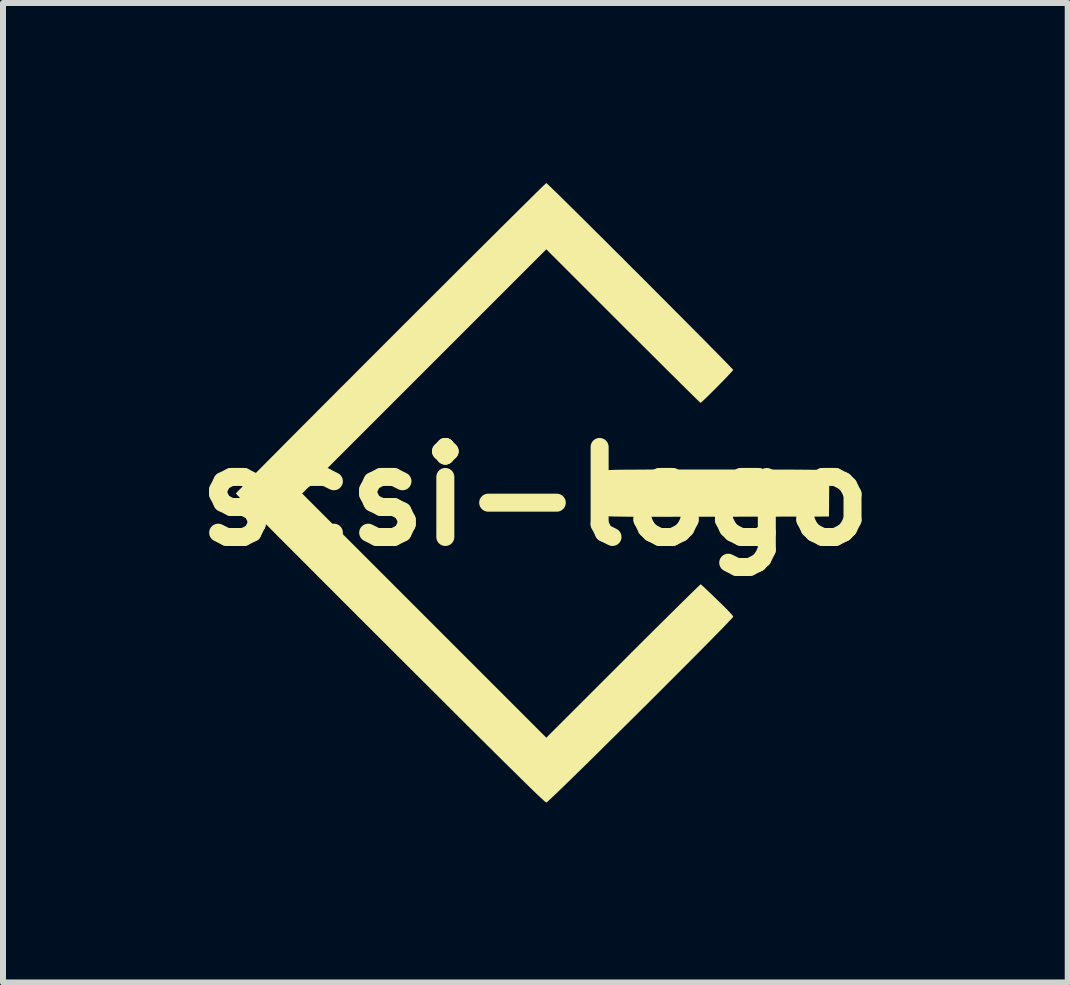
<source format=kicad_pcb>
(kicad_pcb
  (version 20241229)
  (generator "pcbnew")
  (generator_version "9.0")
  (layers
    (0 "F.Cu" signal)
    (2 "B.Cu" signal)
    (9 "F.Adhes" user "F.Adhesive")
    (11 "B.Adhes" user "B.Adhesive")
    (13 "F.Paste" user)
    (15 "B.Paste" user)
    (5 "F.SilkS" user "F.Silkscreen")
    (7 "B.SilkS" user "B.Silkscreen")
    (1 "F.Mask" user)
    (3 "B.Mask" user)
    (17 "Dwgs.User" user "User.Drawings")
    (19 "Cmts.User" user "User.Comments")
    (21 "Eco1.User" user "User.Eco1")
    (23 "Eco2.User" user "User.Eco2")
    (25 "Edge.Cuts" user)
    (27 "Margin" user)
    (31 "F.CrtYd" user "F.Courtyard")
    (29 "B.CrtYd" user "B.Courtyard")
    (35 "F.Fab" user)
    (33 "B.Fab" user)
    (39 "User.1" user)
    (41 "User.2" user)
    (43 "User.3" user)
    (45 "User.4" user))
  (footprint "scsi-logo"
    (layer "F.Cu")
    (at 5.871 5.22)
    (property "Reference" "scsi-logo" (at 0 0 0) (layer "F.SilkS") (effects (font (size 1.5 1.5) (thickness 0.3))))
    (attr board_only exclude_from_pos_files exclude_from_bom)
    (fp_poly (pts (xy 3.038 -0.446) (xy 3.242 -0.446) (xy 3.439 -0.446) (xy 3.628 -0.446) (xy 3.809 -0.445) (xy 3.981 -0.445) (xy 4.141 -0.444) (xy 4.289 -0.444) (xy 4.423 -0.443) (xy 4.543 -0.442) (xy 4.647 -0.441) (xy 4.734 -0.44) (xy 4.802 -0.44) (xy 4.851 -0.439) (xy 4.879 -0.438) (xy 4.885 -0.437) (xy 4.889 -0.429) (xy 4.892 -0.412) (xy 4.895 -0.381) (xy 4.896 -0.337) (xy 4.897 -0.276) (xy 4.897 -0.197) (xy 4.897 -0.098) (xy 4.896 -0.045) (xy 4.893 0.338) (xy 3.043 0.341) (xy 2.801 0.341) (xy 2.581 0.341) (xy 2.381 0.341) (xy 2.202 0.342) (xy 2.041 0.342) (xy 1.898 0.342) (xy 1.771 0.341) (xy 1.661 0.341) (xy 1.565 0.341) (xy 1.483 0.34) (xy 1.413 0.339) (xy 1.355 0.338) (xy 1.308 0.337) (xy 1.27 0.336) (xy 1.24 0.335) (xy 1.219 0.333) (xy 1.203 0.332) (xy 1.193 0.33) (xy 1.188 0.327) (xy 1.186 0.325) (xy 1.184 0.31) (xy 1.183 0.274) (xy 1.181 0.222) (xy 1.18 0.155) (xy 1.179 0.077) (xy 1.179 -0.01) (xy 1.179 -0.056) (xy 1.179 -0.166) (xy 1.18 -0.254) (xy 1.181 -0.323) (xy 1.184 -0.374) (xy 1.186 -0.408) (xy 1.19 -0.427) (xy 1.193 -0.433) (xy 1.2 -0.435) (xy 1.217 -0.436) (xy 1.246 -0.438) (xy 1.287 -0.439) (xy 1.34 -0.441) (xy 1.408 -0.442) (xy 1.49 -0.443) (xy 1.588 -0.443) (xy 1.701 -0.444) (xy 1.832 -0.445) (xy 1.981 -0.445) (xy 2.148 -0.446) (xy 2.335 -0.446) (xy 2.543 -0.446) (xy 2.771 -0.446) (xy 3.022 -0.446)) (stroke (width 0) (type solid)) (fill yes) (layer "F.SilkS"))
    (fp_poly (pts (xy 0.193 -5.212) (xy 0.218 -5.188) (xy 0.257 -5.151) (xy 0.31 -5.1) (xy 0.375 -5.037) (xy 0.451 -4.962) (xy 0.538 -4.876) (xy 0.633 -4.782) (xy 0.738 -4.678) (xy 0.85 -4.567) (xy 0.968 -4.449) (xy 1.092 -4.326) (xy 1.221 -4.198) (xy 1.353 -4.066) (xy 1.489 -3.931) (xy 1.625 -3.794) (xy 1.763 -3.657) (xy 1.901 -3.519) (xy 2.037 -3.382) (xy 2.171 -3.248) (xy 2.302 -3.116) (xy 2.43 -2.988) (xy 2.552 -2.865) (xy 2.668 -2.748) (xy 2.778 -2.638) (xy 2.88 -2.535) (xy 2.972 -2.441) (xy 3.056 -2.357) (xy 3.128 -2.283) (xy 3.189 -2.221) (xy 3.237 -2.171) (xy 3.272 -2.134) (xy 3.292 -2.113) (xy 3.297 -2.106) (xy 3.289 -2.094) (xy 3.267 -2.069) (xy 3.233 -2.033) (xy 3.19 -1.987) (xy 3.14 -1.935) (xy 3.085 -1.879) (xy 3.028 -1.821) (xy 2.97 -1.763) (xy 2.915 -1.708) (xy 2.864 -1.658) (xy 2.82 -1.616) (xy 2.785 -1.583) (xy 2.762 -1.563) (xy 2.753 -1.557) (xy 2.744 -1.565) (xy 2.719 -1.588) (xy 2.68 -1.626) (xy 2.628 -1.677) (xy 2.563 -1.741) (xy 2.486 -1.817) (xy 2.398 -1.904) (xy 2.3 -2.002) (xy 2.192 -2.108) (xy 2.077 -2.223) (xy 1.954 -2.346) (xy 1.824 -2.475) (xy 1.689 -2.61) (xy 1.548 -2.75) (xy 1.462 -2.836) (xy 0.183 -4.115) (xy -1.852 -2.08) (xy -3.886 -0.046) (xy -1.851 1.989) (xy 0.183 4.023) (xy 1.464 2.743) (xy 1.606 2.6) (xy 1.745 2.462) (xy 1.878 2.329) (xy 2.005 2.203) (xy 2.126 2.083) (xy 2.238 1.972) (xy 2.342 1.869) (xy 2.436 1.776) (xy 2.52 1.694) (xy 2.592 1.623) (xy 2.653 1.564) (xy 2.7 1.518) (xy 2.734 1.486) (xy 2.752 1.469) (xy 2.756 1.467) (xy 2.767 1.475) (xy 2.792 1.498) (xy 2.83 1.533) (xy 2.877 1.578) (xy 2.933 1.631) (xy 2.995 1.691) (xy 3.032 1.727) (xy 3.115 1.807) (xy 3.181 1.873) (xy 3.232 1.925) (xy 3.267 1.965) (xy 3.289 1.991) (xy 3.297 2.006) (xy 3.297 2.007) (xy 3.289 2.019) (xy 3.265 2.045) (xy 3.227 2.085) (xy 3.176 2.139) (xy 3.113 2.205) (xy 3.037 2.282) (xy 2.952 2.369) (xy 2.856 2.466) (xy 2.753 2.571) (xy 2.641 2.683) (xy 2.523 2.802) (xy 2.399 2.926) (xy 2.27 3.055) (xy 2.138 3.187) (xy 2.003 3.322) (xy 1.866 3.459) (xy 1.728 3.596) (xy 1.59 3.733) (xy 1.453 3.869) (xy 1.318 4.002) (xy 1.186 4.132) (xy 1.059 4.259) (xy 0.936 4.38) (xy 0.819 4.495) (xy 0.708 4.603) (xy 0.606 4.703) (xy 0.513 4.794) (xy 0.429 4.875) (xy 0.356 4.946) (xy 0.294 5.004) (xy 0.245 5.05) (xy 0.21 5.082) (xy 0.19 5.099) (xy 0.185 5.102) (xy 0.18 5.101) (xy 0.173 5.096) (xy 0.161 5.088) (xy 0.146 5.075) (xy 0.125 5.056) (xy 0.099 5.033) (xy 0.068 5.004) (xy 0.03 4.968) (xy -0.015 4.925) (xy -0.066 4.875) (xy -0.126 4.817) (xy -0.194 4.75) (xy -0.271 4.674) (xy -0.357 4.589) (xy -0.454 4.494) (xy -0.56 4.389) (xy -0.677 4.273) (xy -0.806 4.145) (xy -0.947 4.005) (xy -1.1 3.853) (xy -1.266 3.688) (xy -1.445 3.509) (xy -1.638 3.316) (xy -1.846 3.109) (xy -2.069 2.887) (xy -2.307 2.65) (xy -2.419 2.538) (xy -2.622 2.335) (xy -2.821 2.137) (xy -3.015 1.943) (xy -3.204 1.754) (xy -3.386 1.571) (xy -3.563 1.395) (xy -3.731 1.226) (xy -3.892 1.065) (xy -4.045 0.912) (xy -4.188 0.768) (xy -4.322 0.634) (xy -4.445 0.51) (xy -4.557 0.397) (xy -4.658 0.295) (xy -4.747 0.205) (xy -4.823 0.128) (xy -4.886 0.064) (xy -4.934 0.015) (xy -4.968 -0.021) (xy -4.987 -0.041) (xy -4.991 -0.046) (xy -4.983 -0.055) (xy -4.96 -0.08) (xy -4.921 -0.12) (xy -4.869 -0.173) (xy -4.804 -0.24) (xy -4.726 -0.319) (xy -4.636 -0.41) (xy -4.535 -0.512) (xy -4.424 -0.624) (xy -4.303 -0.745) (xy -4.174 -0.876) (xy -4.036 -1.014) (xy -3.892 -1.159) (xy -3.74 -1.311) (xy -3.583 -1.469) (xy -3.42 -1.632) (xy -3.254 -1.799) (xy -3.083 -1.969) (xy -2.91 -2.143) (xy -2.735 -2.318) (xy -2.558 -2.495) (xy -2.381 -2.672) (xy -2.204 -2.85) (xy -2.027 -3.026) (xy -1.852 -3.201) (xy -1.68 -3.373) (xy -1.51 -3.542) (xy -1.345 -3.707) (xy -1.184 -3.868) (xy -1.028 -4.023) (xy -0.878 -4.172) (xy -0.735 -4.314) (xy -0.6 -4.449) (xy -0.472 -4.576) (xy -0.354 -4.693) (xy -0.246 -4.8) (xy -0.148 -4.897) (xy -0.061 -4.983) (xy 0.014 -5.057) (xy 0.076 -5.118) (xy 0.125 -5.165) (xy 0.159 -5.198) (xy 0.179 -5.216) (xy 0.183 -5.22)) (stroke (width 0) (type solid)) (fill yes) (layer "F.SilkS")))
  (gr_rect
    (start -3 -3)
    (end 14.743 13.322)
    (stroke (width 0.1) (type default))
    (fill no)
    (layer "Edge.Cuts")))
</source>
